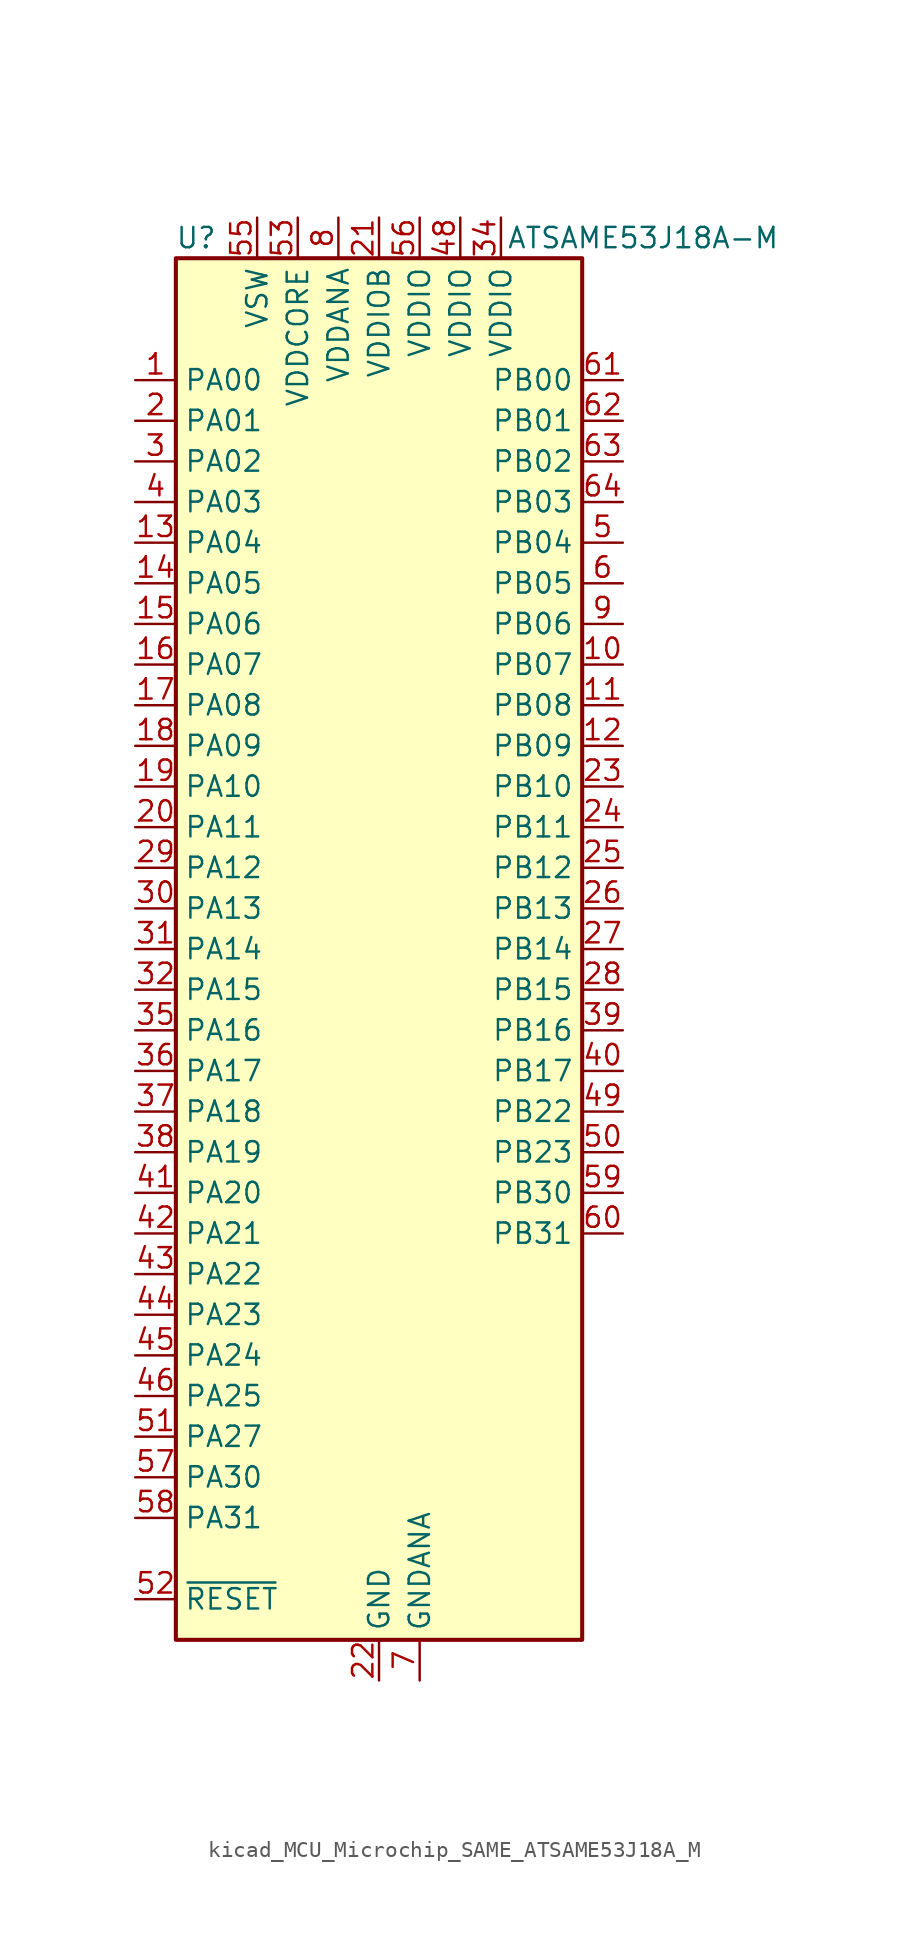
<source format=kicad_sym>
(kicad_symbol_lib
  (version 20220914)
  (generator kicad_symbol_editor)
  (symbol "kicad_MCU_Microchip_SAME_ATSAME53J18A_M"
    (property "Reference" "U"
      (at -11.43 44.45 0)
      (effects (font (size 1.27 1.27))))
    (property "Value" "ATSAME53J18A-M"
      (at 16.51 44.45 0)
      (effects (font (size 1.27 1.27))))
    (symbol "kicad_MCU_Microchip_SAME_ATSAME53J18A_M_0_1"
      (rectangle (start -12.7 43.18) (end 12.7 -43.18) (stroke (width 0.254) (type default)) (fill (type background))))
    (symbol "kicad_MCU_Microchip_SAME_ATSAME53J18A_M_1_1"
      (pin bidirectional line (at -15.24 35.56 0) (length 2.54) (name "PA00" (effects (font (size 1.27 1.27)))) (number "1" (effects (font (size 1.27 1.27)))))
      (pin bidirectional line (at 15.24 17.78 180) (length 2.54) (name "PB07" (effects (font (size 1.27 1.27)))) (number "10" (effects (font (size 1.27 1.27)))))
      (pin bidirectional line (at 15.24 15.24 180) (length 2.54) (name "PB08" (effects (font (size 1.27 1.27)))) (number "11" (effects (font (size 1.27 1.27)))))
      (pin bidirectional line (at 15.24 12.7 180) (length 2.54) (name "PB09" (effects (font (size 1.27 1.27)))) (number "12" (effects (font (size 1.27 1.27)))))
      (pin bidirectional line (at -15.24 25.4 0) (length 2.54) (name "PA04" (effects (font (size 1.27 1.27)))) (number "13" (effects (font (size 1.27 1.27)))))
      (pin bidirectional line (at -15.24 22.86 0) (length 2.54) (name "PA05" (effects (font (size 1.27 1.27)))) (number "14" (effects (font (size 1.27 1.27)))))
      (pin bidirectional line (at -15.24 20.32 0) (length 2.54) (name "PA06" (effects (font (size 1.27 1.27)))) (number "15" (effects (font (size 1.27 1.27)))))
      (pin bidirectional line (at -15.24 17.78 0) (length 2.54) (name "PA07" (effects (font (size 1.27 1.27)))) (number "16" (effects (font (size 1.27 1.27)))))
      (pin bidirectional line (at -15.24 15.24 0) (length 2.54) (name "PA08" (effects (font (size 1.27 1.27)))) (number "17" (effects (font (size 1.27 1.27)))))
      (pin bidirectional line (at -15.24 12.7 0) (length 2.54) (name "PA09" (effects (font (size 1.27 1.27)))) (number "18" (effects (font (size 1.27 1.27)))))
      (pin bidirectional line (at -15.24 10.16 0) (length 2.54) (name "PA10" (effects (font (size 1.27 1.27)))) (number "19" (effects (font (size 1.27 1.27)))))
      (pin bidirectional line (at -15.24 33.02 0) (length 2.54) (name "PA01" (effects (font (size 1.27 1.27)))) (number "2" (effects (font (size 1.27 1.27)))))
      (pin bidirectional line (at -15.24 7.62 0) (length 2.54) (name "PA11" (effects (font (size 1.27 1.27)))) (number "20" (effects (font (size 1.27 1.27)))))
      (pin power_in line (at 0 45.72 270) (length 2.54) (name "VDDIOB" (effects (font (size 1.27 1.27)))) (number "21" (effects (font (size 1.27 1.27)))))
      (pin power_in line (at 0 -45.72 90) (length 2.54) (name "GND" (effects (font (size 1.27 1.27)))) (number "22" (effects (font (size 1.27 1.27)))))
      (pin bidirectional line (at 15.24 10.16 180) (length 2.54) (name "PB10" (effects (font (size 1.27 1.27)))) (number "23" (effects (font (size 1.27 1.27)))))
      (pin bidirectional line (at 15.24 7.62 180) (length 2.54) (name "PB11" (effects (font (size 1.27 1.27)))) (number "24" (effects (font (size 1.27 1.27)))))
      (pin bidirectional line (at 15.24 5.08 180) (length 2.54) (name "PB12" (effects (font (size 1.27 1.27)))) (number "25" (effects (font (size 1.27 1.27)))))
      (pin bidirectional line (at 15.24 2.54 180) (length 2.54) (name "PB13" (effects (font (size 1.27 1.27)))) (number "26" (effects (font (size 1.27 1.27)))))
      (pin bidirectional line (at 15.24 0 180) (length 2.54) (name "PB14" (effects (font (size 1.27 1.27)))) (number "27" (effects (font (size 1.27 1.27)))))
      (pin bidirectional line (at 15.24 -2.54 180) (length 2.54) (name "PB15" (effects (font (size 1.27 1.27)))) (number "28" (effects (font (size 1.27 1.27)))))
      (pin bidirectional line (at -15.24 5.08 0) (length 2.54) (name "PA12" (effects (font (size 1.27 1.27)))) (number "29" (effects (font (size 1.27 1.27)))))
      (pin bidirectional line (at -15.24 30.48 0) (length 2.54) (name "PA02" (effects (font (size 1.27 1.27)))) (number "3" (effects (font (size 1.27 1.27)))))
      (pin bidirectional line (at -15.24 2.54 0) (length 2.54) (name "PA13" (effects (font (size 1.27 1.27)))) (number "30" (effects (font (size 1.27 1.27)))))
      (pin bidirectional line (at -15.24 0 0) (length 2.54) (name "PA14" (effects (font (size 1.27 1.27)))) (number "31" (effects (font (size 1.27 1.27)))))
      (pin bidirectional line (at -15.24 -2.54 0) (length 2.54) (name "PA15" (effects (font (size 1.27 1.27)))) (number "32" (effects (font (size 1.27 1.27)))))
      (pin passive line (at 0 -45.72 90) (length 2.54) hide (name "GND" (effects (font (size 1.27 1.27)))) (number "33" (effects (font (size 1.27 1.27)))))
      (pin power_in line (at 7.62 45.72 270) (length 2.54) (name "VDDIO" (effects (font (size 1.27 1.27)))) (number "34" (effects (font (size 1.27 1.27)))))
      (pin bidirectional line (at -15.24 -5.08 0) (length 2.54) (name "PA16" (effects (font (size 1.27 1.27)))) (number "35" (effects (font (size 1.27 1.27)))))
      (pin bidirectional line (at -15.24 -7.62 0) (length 2.54) (name "PA17" (effects (font (size 1.27 1.27)))) (number "36" (effects (font (size 1.27 1.27)))))
      (pin bidirectional line (at -15.24 -10.16 0) (length 2.54) (name "PA18" (effects (font (size 1.27 1.27)))) (number "37" (effects (font (size 1.27 1.27)))))
      (pin bidirectional line (at -15.24 -12.7 0) (length 2.54) (name "PA19" (effects (font (size 1.27 1.27)))) (number "38" (effects (font (size 1.27 1.27)))))
      (pin bidirectional line (at 15.24 -5.08 180) (length 2.54) (name "PB16" (effects (font (size 1.27 1.27)))) (number "39" (effects (font (size 1.27 1.27)))))
      (pin bidirectional line (at -15.24 27.94 0) (length 2.54) (name "PA03" (effects (font (size 1.27 1.27)))) (number "4" (effects (font (size 1.27 1.27)))))
      (pin bidirectional line (at 15.24 -7.62 180) (length 2.54) (name "PB17" (effects (font (size 1.27 1.27)))) (number "40" (effects (font (size 1.27 1.27)))))
      (pin bidirectional line (at -15.24 -15.24 0) (length 2.54) (name "PA20" (effects (font (size 1.27 1.27)))) (number "41" (effects (font (size 1.27 1.27)))))
      (pin bidirectional line (at -15.24 -17.78 0) (length 2.54) (name "PA21" (effects (font (size 1.27 1.27)))) (number "42" (effects (font (size 1.27 1.27)))))
      (pin bidirectional line (at -15.24 -20.32 0) (length 2.54) (name "PA22" (effects (font (size 1.27 1.27)))) (number "43" (effects (font (size 1.27 1.27)))))
      (pin bidirectional line (at -15.24 -22.86 0) (length 2.54) (name "PA23" (effects (font (size 1.27 1.27)))) (number "44" (effects (font (size 1.27 1.27)))))
      (pin bidirectional line (at -15.24 -25.4 0) (length 2.54) (name "PA24" (effects (font (size 1.27 1.27)))) (number "45" (effects (font (size 1.27 1.27)))))
      (pin bidirectional line (at -15.24 -27.94 0) (length 2.54) (name "PA25" (effects (font (size 1.27 1.27)))) (number "46" (effects (font (size 1.27 1.27)))))
      (pin passive line (at 0 -45.72 90) (length 2.54) hide (name "GND" (effects (font (size 1.27 1.27)))) (number "47" (effects (font (size 1.27 1.27)))))
      (pin power_in line (at 5.08 45.72 270) (length 2.54) (name "VDDIO" (effects (font (size 1.27 1.27)))) (number "48" (effects (font (size 1.27 1.27)))))
      (pin bidirectional line (at 15.24 -10.16 180) (length 2.54) (name "PB22" (effects (font (size 1.27 1.27)))) (number "49" (effects (font (size 1.27 1.27)))))
      (pin bidirectional line (at 15.24 25.4 180) (length 2.54) (name "PB04" (effects (font (size 1.27 1.27)))) (number "5" (effects (font (size 1.27 1.27)))))
      (pin bidirectional line (at 15.24 -12.7 180) (length 2.54) (name "PB23" (effects (font (size 1.27 1.27)))) (number "50" (effects (font (size 1.27 1.27)))))
      (pin bidirectional line (at -15.24 -30.48 0) (length 2.54) (name "PA27" (effects (font (size 1.27 1.27)))) (number "51" (effects (font (size 1.27 1.27)))))
      (pin input line (at -15.24 -40.64 0) (length 2.54) (name "~{RESET}" (effects (font (size 1.27 1.27)))) (number "52" (effects (font (size 1.27 1.27)))))
      (pin power_out line (at -5.08 45.72 270) (length 2.54) (name "VDDCORE" (effects (font (size 1.27 1.27)))) (number "53" (effects (font (size 1.27 1.27)))))
      (pin passive line (at 0 -45.72 90) (length 2.54) hide (name "GND" (effects (font (size 1.27 1.27)))) (number "54" (effects (font (size 1.27 1.27)))))
      (pin power_in line (at -7.62 45.72 270) (length 2.54) (name "VSW" (effects (font (size 1.27 1.27)))) (number "55" (effects (font (size 1.27 1.27)))))
      (pin power_in line (at 2.54 45.72 270) (length 2.54) (name "VDDIO" (effects (font (size 1.27 1.27)))) (number "56" (effects (font (size 1.27 1.27)))))
      (pin bidirectional line (at -15.24 -33.02 0) (length 2.54) (name "PA30" (effects (font (size 1.27 1.27)))) (number "57" (effects (font (size 1.27 1.27)))))
      (pin bidirectional line (at -15.24 -35.56 0) (length 2.54) (name "PA31" (effects (font (size 1.27 1.27)))) (number "58" (effects (font (size 1.27 1.27)))))
      (pin bidirectional line (at 15.24 -15.24 180) (length 2.54) (name "PB30" (effects (font (size 1.27 1.27)))) (number "59" (effects (font (size 1.27 1.27)))))
      (pin bidirectional line (at 15.24 22.86 180) (length 2.54) (name "PB05" (effects (font (size 1.27 1.27)))) (number "6" (effects (font (size 1.27 1.27)))))
      (pin bidirectional line (at 15.24 -17.78 180) (length 2.54) (name "PB31" (effects (font (size 1.27 1.27)))) (number "60" (effects (font (size 1.27 1.27)))))
      (pin bidirectional line (at 15.24 35.56 180) (length 2.54) (name "PB00" (effects (font (size 1.27 1.27)))) (number "61" (effects (font (size 1.27 1.27)))))
      (pin bidirectional line (at 15.24 33.02 180) (length 2.54) (name "PB01" (effects (font (size 1.27 1.27)))) (number "62" (effects (font (size 1.27 1.27)))))
      (pin bidirectional line (at 15.24 30.48 180) (length 2.54) (name "PB02" (effects (font (size 1.27 1.27)))) (number "63" (effects (font (size 1.27 1.27)))))
      (pin bidirectional line (at 15.24 27.94 180) (length 2.54) (name "PB03" (effects (font (size 1.27 1.27)))) (number "64" (effects (font (size 1.27 1.27)))))
      (pin passive line (at 0 -45.72 90) (length 2.54) hide (name "GND" (effects (font (size 1.27 1.27)))) (number "65" (effects (font (size 1.27 1.27)))))
      (pin power_in line (at 2.54 -45.72 90) (length 2.54) (name "GNDANA" (effects (font (size 1.27 1.27)))) (number "7" (effects (font (size 1.27 1.27)))))
      (pin power_in line (at -2.54 45.72 270) (length 2.54) (name "VDDANA" (effects (font (size 1.27 1.27)))) (number "8" (effects (font (size 1.27 1.27)))))
      (pin bidirectional line (at 15.24 20.32 180) (length 2.54) (name "PB06" (effects (font (size 1.27 1.27)))) (number "9" (effects (font (size 1.27 1.27))))))))
</source>
